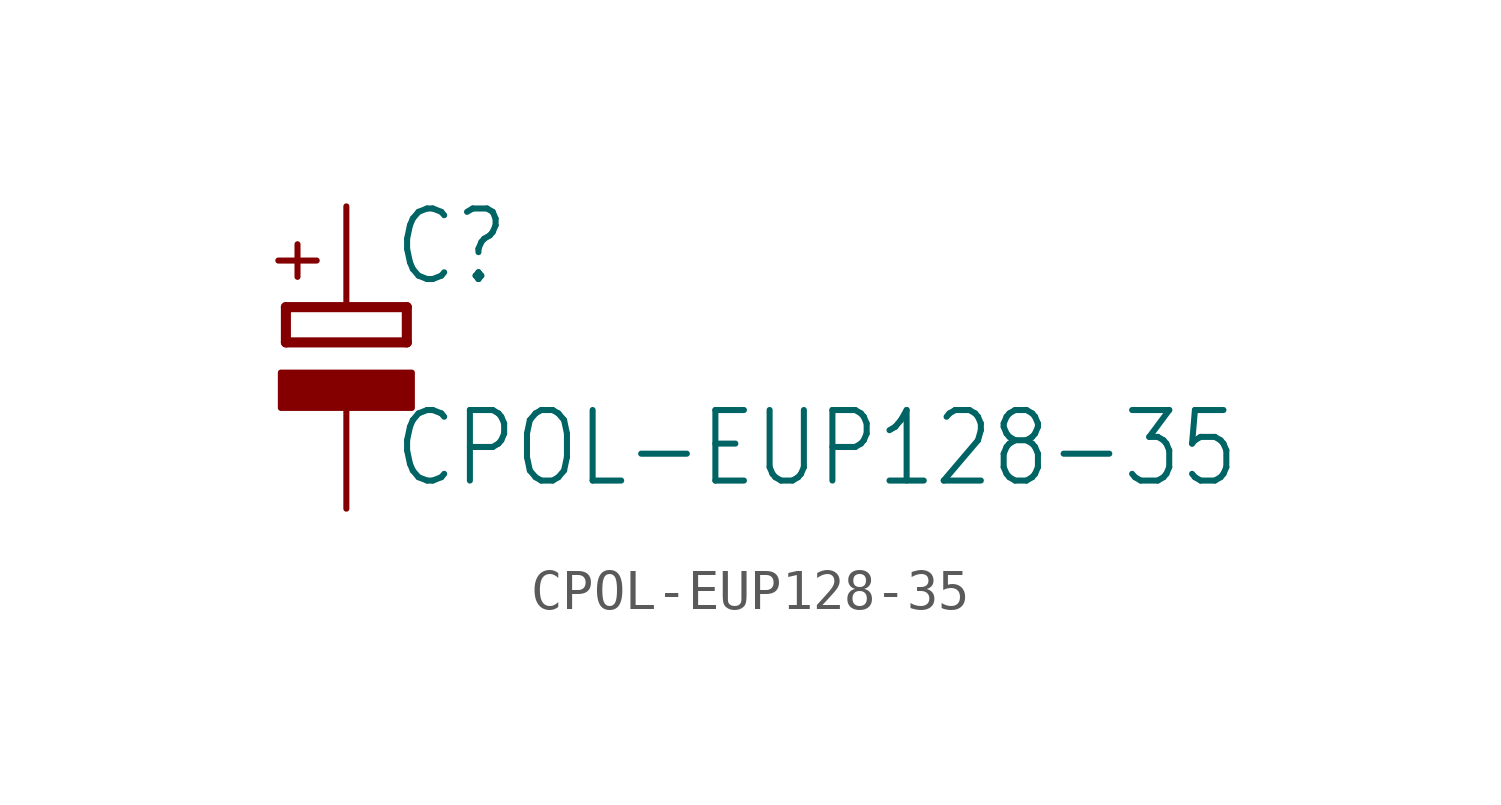
<source format=kicad_sym>
(kicad_symbol_lib
  (version 20211014)
  (generator kicad_symbol_editor)
  (symbol "CPOL-EUP128-35"
    (property "Reference" "C"
      (at 1.143 0.483 0)
      (effects (font (size 1.778 1.511)) (justify left bottom)))
    (property "Value" "CPOL-EUP128-35"
      (at 1.143 -4.597 0)
      (effects (font (size 1.778 1.511)) (justify left bottom)))
    (property "ki_locked" ""
      (at 0 0 0)
      (effects (font (size 1.27 1.27))))
    (symbol "CPOL-EUP128-35_1_0"
      (rectangle (start -1.651 -2.54) (end 1.651 -1.651) (stroke (width 0) (type default) (color 0 0 0 0)) (fill (type outline)))
      (polyline (pts (xy -1.524 -0.889) (xy 1.524 -0.889)) (stroke (width 0.254) (type default) (color 0 0 0 0)) (fill (type none)))
      (polyline (pts (xy -1.524 0) (xy -1.524 -0.889)) (stroke (width 0.254) (type default) (color 0 0 0 0)) (fill (type none)))
      (polyline (pts (xy -1.524 0) (xy 1.524 0)) (stroke (width 0.254) (type default) (color 0 0 0 0)) (fill (type none)))
      (polyline (pts (xy 1.524 -0.889) (xy 1.524 0)) (stroke (width 0.254) (type default) (color 0 0 0 0)) (fill (type none)))
      (text "+" (at -0.584 0.406 900) (effects (font (size 1.27 1.079)) (justify left bottom)))
      (pin passive line (at 0 2.54 270) (length 2.54) (name "+" (effects (font (size 0 0)))) (number "+" (effects (font (size 0 0)))))
      (pin passive line (at 0 -5.08 90) (length 2.54) (name "-" (effects (font (size 0 0)))) (number "-" (effects (font (size 0 0))))))))
</source>
